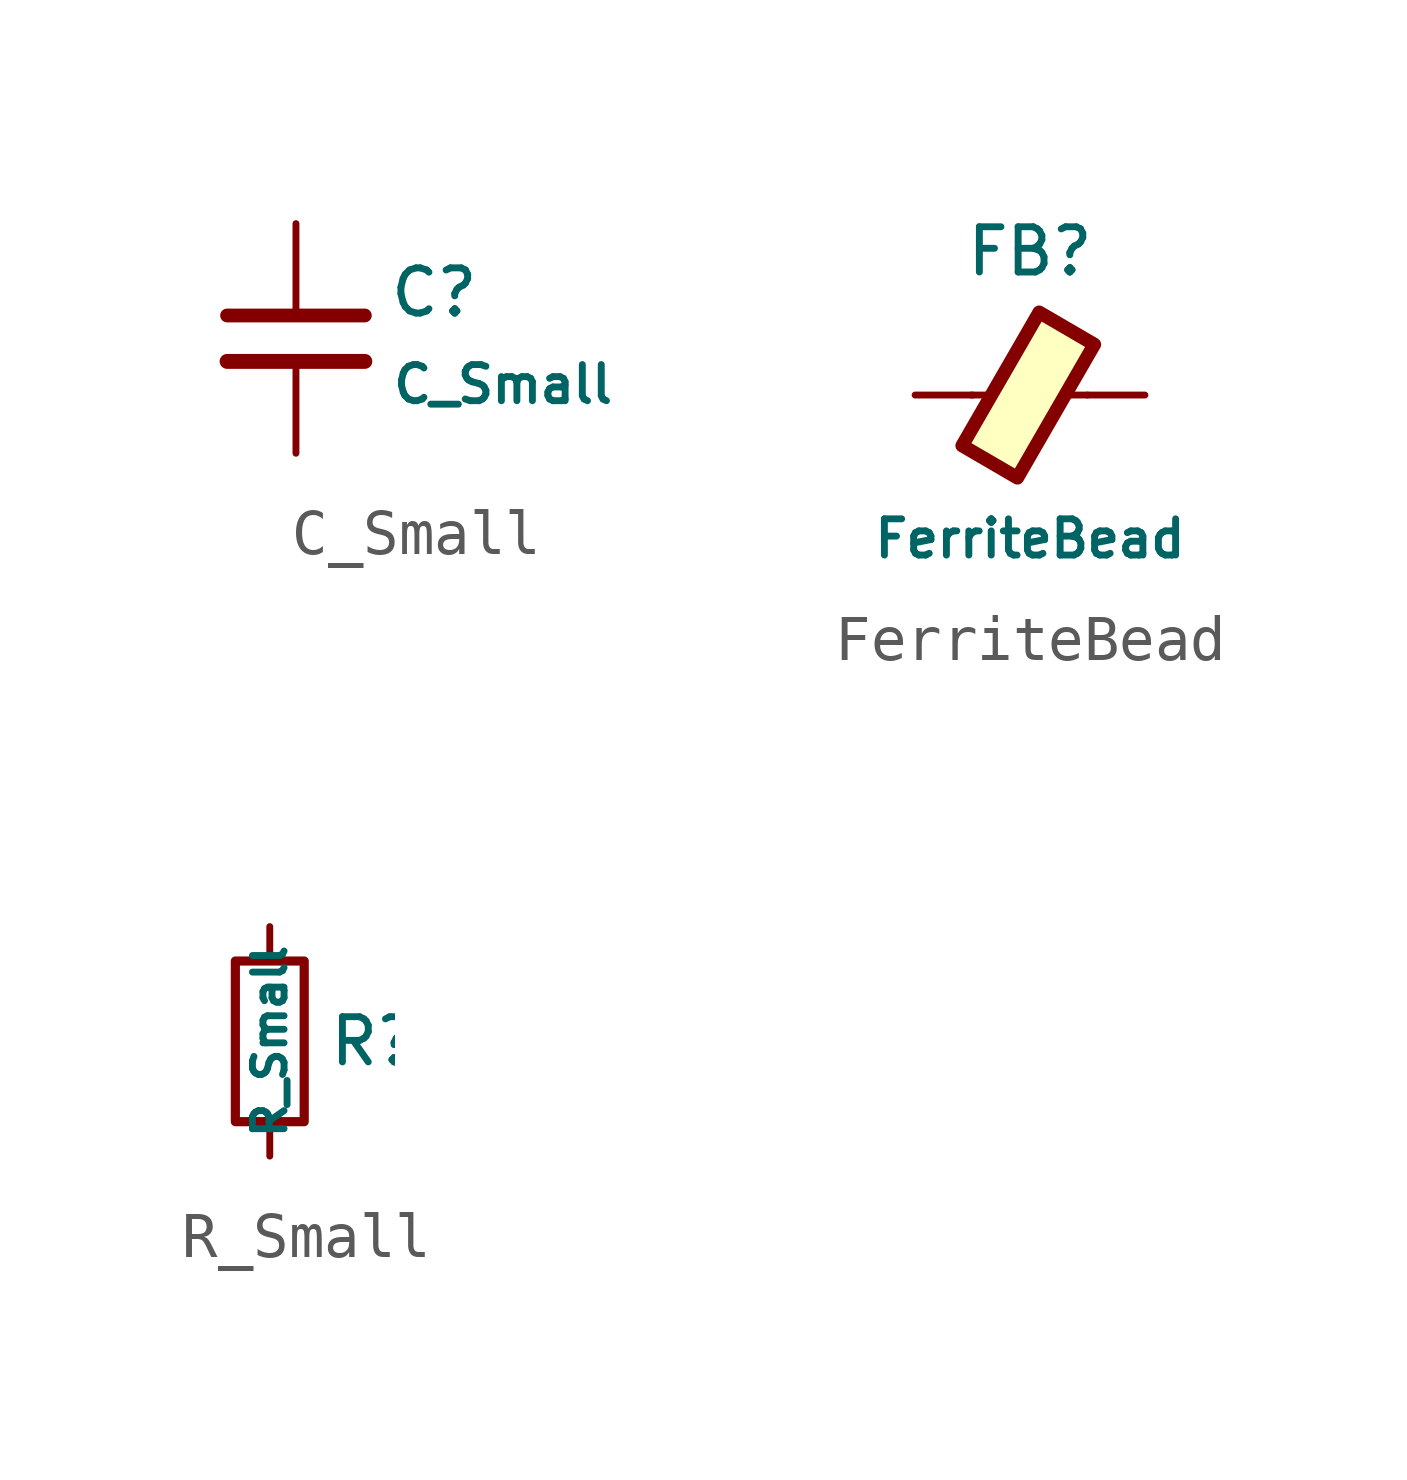
<source format=kicad_sym>
(kicad_symbol_lib
  (version 20201005)
  (generator kicad_symbol_editor)
  (symbol "HDLib_Passives:C_Small"
    (pin_numbers hide)
    (pin_names
      (offset 0.254) hide)
    (property "Reference" "C"
      (at 2.032 1.016 0)
      (effects (font (size 1 1)) (justify left)))
    (property "Value" "C_Small"
      (at 2.083 -1.016 0)
      (effects (font (size 0.8 0.8)) (justify left)))
    (symbol "C_Small_0_1"
      (polyline (pts (xy -1.524 -0.508) (xy 1.524 -0.508)) (stroke (width 0.33)) (fill (type none)))
      (polyline (pts (xy -1.524 0.508) (xy 1.524 0.508)) (stroke (width 0.305)) (fill (type none))))
    (symbol "C_Small_1_1"
      (pin passive line (at 0 2.54 270) (length 2.032) (name "~" (effects (font (size 1.27 1.27)))) (number "1" (effects (font (size 1.27 1.27)))))
      (pin passive line (at 0 -2.54 90) (length 2.032) (name "~" (effects (font (size 1.27 1.27)))) (number "2" (effects (font (size 1.27 1.27)))))))
  (symbol "HDLib_Passives:FerriteBead"
    (pin_numbers hide)
    (pin_names
      (offset 0))
    (property "Reference" "FB"
      (at 0 3.175 0)
      (effects (font (size 1 1))))
    (property "Value" "FerriteBead"
      (at 0 -3.175 0)
      (effects (font (size 0.8 0.8))))
    (symbol "FerriteBead_0_1"
      (polyline (pts (xy -0.889 0) (xy -1.295 0)) (stroke (width 0)) (fill (type none)))
      (polyline (pts (xy 1.27 0) (xy 0.787 0)) (stroke (width 0)) (fill (type none)))
      (polyline (pts (xy -0.279 -1.829) (xy -1.499 -1.118) (xy 0.203 1.829) (xy 1.422 1.118) (xy -0.279 -1.829)) (stroke (width 0.3)) (fill (type background))))
    (symbol "FerriteBead_1_1"
      (pin passive line (at -2.54 0 0) (length 1.27) (name "~" (effects (font (size 1 1)))) (number "1" (effects (font (size 1 1)))))
      (pin passive line (at 2.54 0 180) (length 1.27) (name "~" (effects (font (size 1 1)))) (number "2" (effects (font (size 1 1)))))))
  (symbol "HDLib_Passives:R_Small"
    (pin_numbers hide)
    (pin_names
      (offset 0.254) hide)
    (property "Reference" "R"
      (at 1.27 0 0)
      (effects (font (size 1 1)) (justify left)))
    (property "Value" "R_Small"
      (at 0 0 90)
      (effects (font (size 0.7 0.7))))
    (symbol "R_Small_0_1"
      (rectangle (start -0.762 1.778) (end 0.762 -1.778) (stroke (width 0.203)) (fill (type none))))
    (symbol "R_Small_1_1"
      (pin passive line (at 0 2.54 270) (length 0.762) (name "~" (effects (font (size 1.27 1.27)))) (number "1" (effects (font (size 1.27 1.27)))))
      (pin passive line (at 0 -2.54 90) (length 0.762) (name "~" (effects (font (size 1.27 1.27)))) (number "2" (effects (font (size 1.27 1.27))))))))
</source>
